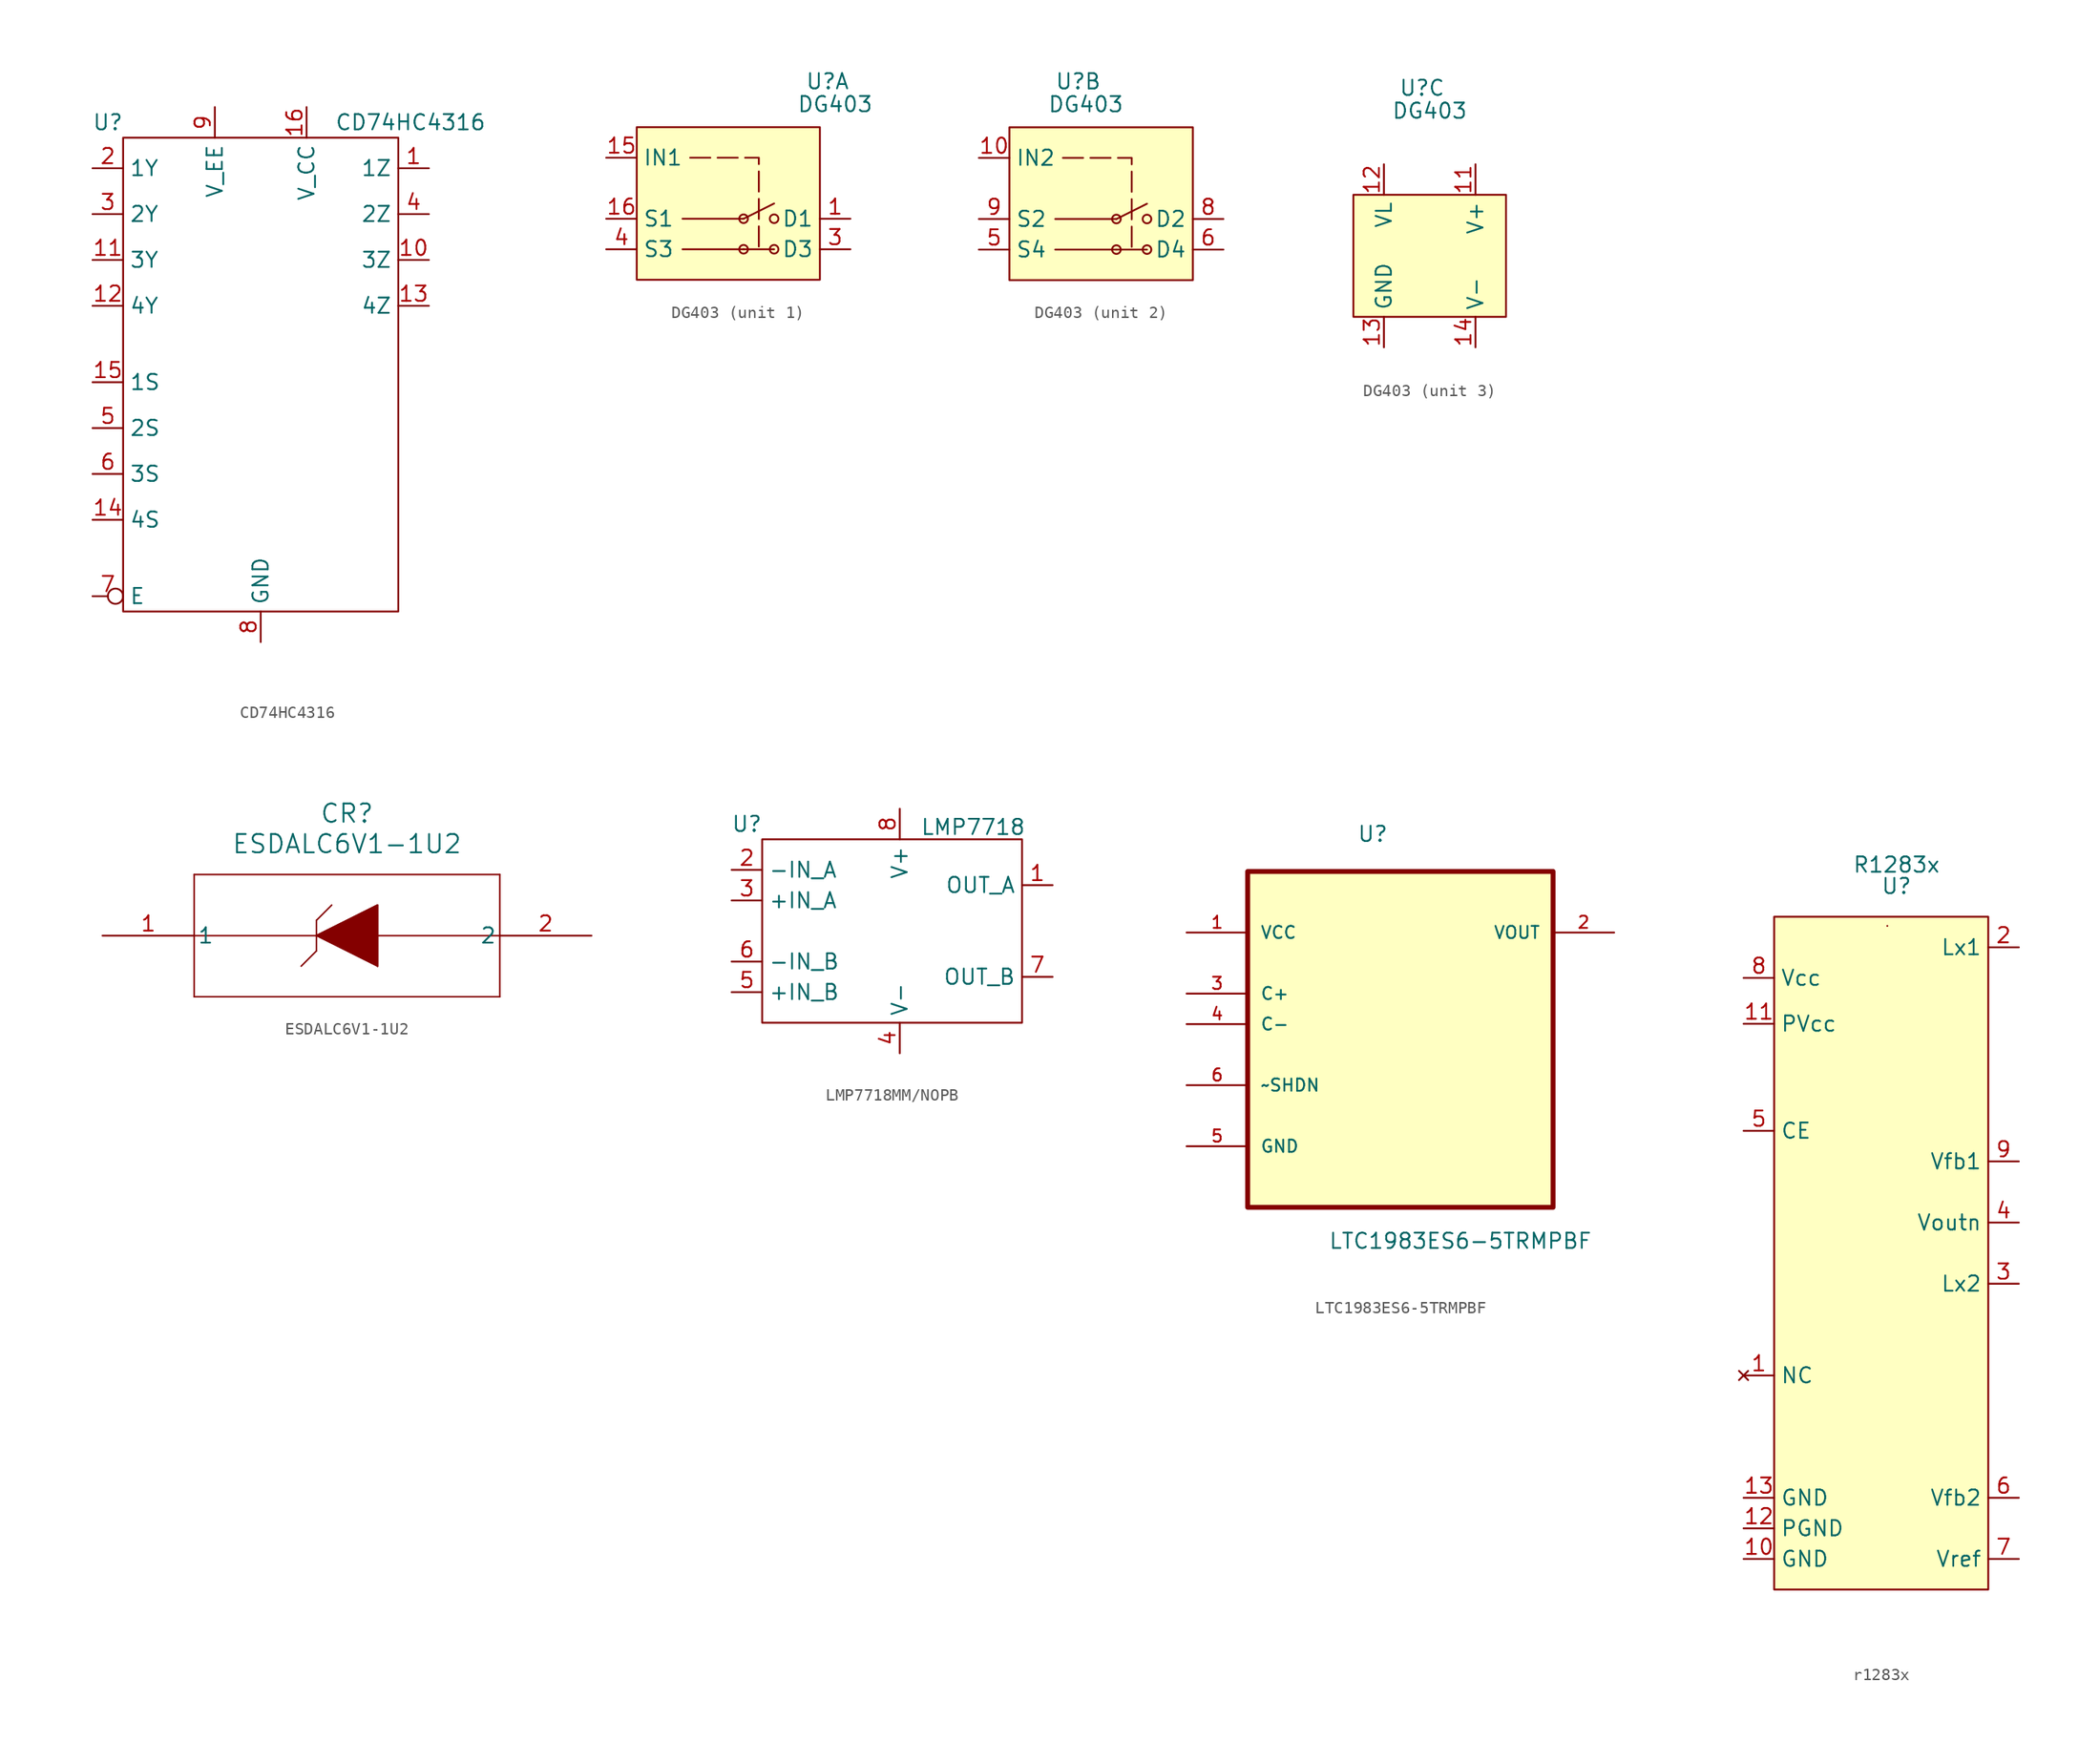
<source format=kicad_sym>
(kicad_symbol_lib
  (version 20241209)
  (generator "kicad_symbol_editor")
  (generator_version "9.0")
  (symbol "CD74HC4316"
    (property "Reference" "U"
      (at 0 0 0)
      (effects (font (size 1.27 1.27))))
    (property "Value" "CD74HC4316"
      (at 25.146 0 0)
      (effects (font (size 1.27 1.27))))
    (symbol "CD74HC4316_0_1"
      (rectangle (start 1.27 -1.27) (end 24.13 -40.64) (stroke (width 0) (type default)) (fill (type none))))
    (symbol "CD74HC4316_1_1"
      (pin passive line (at -1.27 -3.81 0) (length 2.54) (name "1Y" (effects (font (size 1.27 1.27)))) (number "2" (effects (font (size 1.27 1.27)))))
      (pin passive line (at -1.27 -7.62 0) (length 2.54) (name "2Y" (effects (font (size 1.27 1.27)))) (number "3" (effects (font (size 1.27 1.27)))))
      (pin passive line (at -1.27 -11.43 0) (length 2.54) (name "3Y" (effects (font (size 1.27 1.27)))) (number "11" (effects (font (size 1.27 1.27)))))
      (pin passive line (at -1.27 -15.24 0) (length 2.54) (name "4Y" (effects (font (size 1.27 1.27)))) (number "12" (effects (font (size 1.27 1.27)))))
      (pin input line (at -1.27 -21.59 0) (length 2.54) (name "1S" (effects (font (size 1.27 1.27)))) (number "15" (effects (font (size 1.27 1.27)))))
      (pin input line (at -1.27 -25.4 0) (length 2.54) (name "2S" (effects (font (size 1.27 1.27)))) (number "5" (effects (font (size 1.27 1.27)))))
      (pin input line (at -1.27 -29.21 0) (length 2.54) (name "3S" (effects (font (size 1.27 1.27)))) (number "6" (effects (font (size 1.27 1.27)))))
      (pin input line (at -1.27 -33.02 0) (length 2.54) (name "4S" (effects (font (size 1.27 1.27)))) (number "14" (effects (font (size 1.27 1.27)))))
      (pin input inverted (at -1.27 -39.37 0) (length 2.54) (name "E" (effects (font (size 1.27 1.27)))) (number "7" (effects (font (size 1.27 1.27)))))
      (pin power_in line (at 8.89 1.27 270) (length 2.54) (name "V_EE" (effects (font (size 1.27 1.27)))) (number "9" (effects (font (size 1.27 1.27)))))
      (pin power_in line (at 12.7 -43.18 90) (length 2.54) (name "GND" (effects (font (size 1.27 1.27)))) (number "8" (effects (font (size 1.27 1.27)))))
      (pin power_in line (at 16.51 1.27 270) (length 2.54) (name "V_CC" (effects (font (size 1.27 1.27)))) (number "16" (effects (font (size 1.27 1.27)))))
      (pin passive line (at 26.67 -3.81 180) (length 2.54) (name "1Z" (effects (font (size 1.27 1.27)))) (number "1" (effects (font (size 1.27 1.27)))))
      (pin passive line (at 26.67 -7.62 180) (length 2.54) (name "2Z" (effects (font (size 1.27 1.27)))) (number "4" (effects (font (size 1.27 1.27)))))
      (pin passive line (at 26.67 -11.43 180) (length 2.54) (name "3Z" (effects (font (size 1.27 1.27)))) (number "10" (effects (font (size 1.27 1.27)))))
      (pin passive line (at 26.67 -15.24 180) (length 2.54) (name "4Z" (effects (font (size 1.27 1.27)))) (number "13" (effects (font (size 1.27 1.27)))))))
  (symbol "DG403"
    (property "Reference" "U"
      (at -1.905 1.27 0)
      (effects (font (size 1.27 1.27))))
    (property "Value" "DG403"
      (at -1.27 -0.635 0)
      (effects (font (size 1.27 1.27))))
    (property "ki_locked" ""
      (at 0 0 0)
      (effects (font (size 1.27 1.27))))
    (symbol "DG403_1_1"
      (rectangle (start -17.78 -2.54) (end -2.54 -15.24) (stroke (width 0) (type default)) (fill (type background)))
      (polyline (pts (xy -13.97 -10.16) (xy -8.89 -10.16)) (stroke (width 0) (type default)) (fill (type none)))
      (polyline (pts (xy -13.97 -12.7) (xy -8.89 -12.7)) (stroke (width 0) (type default)) (fill (type none)))
      (polyline (pts (xy -13.335 -5.08) (xy -7.62 -5.08) (xy -7.62 -12.7)) (stroke (width 0) (type dash)) (fill (type none)))
      (circle (center -8.89 -10.16) (radius 0.359) (stroke (width 0) (type default)) (fill (type none)))
      (polyline (pts (xy -8.89 -10.16) (xy -6.35 -8.89)) (stroke (width 0) (type default)) (fill (type none)))
      (circle (center -8.89 -12.7) (radius 0.359) (stroke (width 0) (type default)) (fill (type none)))
      (polyline (pts (xy -8.89 -12.7) (xy -6.35 -12.7)) (stroke (width 0) (type default)) (fill (type none)))
      (circle (center -6.35 -10.16) (radius 0.359) (stroke (width 0) (type default)) (fill (type none)))
      (circle (center -6.35 -12.7) (radius 0.359) (stroke (width 0) (type default)) (fill (type none)))
      (pin input line (at -20.32 -5.08 0) (length 2.54) (name "IN1" (effects (font (size 1.27 1.27)))) (number "15" (effects (font (size 1.27 1.27)))))
      (pin input line (at -20.32 -10.16 0) (length 2.54) (name "S1" (effects (font (size 1.27 1.27)))) (number "16" (effects (font (size 1.27 1.27)))))
      (pin input line (at -20.32 -12.7 0) (length 2.54) (name "S3" (effects (font (size 1.27 1.27)))) (number "4" (effects (font (size 1.27 1.27)))))
      (pin input line (at 0 -10.16 180) (length 2.54) (name "D1" (effects (font (size 1.27 1.27)))) (number "1" (effects (font (size 1.27 1.27)))))
      (pin input line (at 0 -12.7 180) (length 2.54) (name "D3" (effects (font (size 1.27 1.27)))) (number "3" (effects (font (size 1.27 1.27))))))
    (symbol "DG403_2_1"
      (rectangle (start -7.62 -2.54) (end 7.62 -15.24) (stroke (width 0) (type default)) (fill (type background)))
      (polyline (pts (xy -3.81 -10.16) (xy 1.27 -10.16)) (stroke (width 0) (type default)) (fill (type none)))
      (polyline (pts (xy -3.81 -12.7) (xy 1.27 -12.7)) (stroke (width 0) (type default)) (fill (type none)))
      (polyline (pts (xy -3.175 -5.08) (xy 2.54 -5.08) (xy 2.54 -12.7)) (stroke (width 0) (type dash)) (fill (type none)))
      (polyline (pts (xy 1.27 -10.16) (xy 3.81 -8.89)) (stroke (width 0) (type default)) (fill (type none)))
      (circle (center 1.27 -10.16) (radius 0.359) (stroke (width 0) (type default)) (fill (type none)))
      (polyline (pts (xy 1.27 -12.7) (xy 3.81 -12.7)) (stroke (width 0) (type default)) (fill (type none)))
      (circle (center 1.27 -12.7) (radius 0.359) (stroke (width 0) (type default)) (fill (type none)))
      (circle (center 3.81 -10.16) (radius 0.359) (stroke (width 0) (type default)) (fill (type none)))
      (circle (center 3.81 -12.7) (radius 0.359) (stroke (width 0) (type default)) (fill (type none)))
      (pin input line (at -10.16 -5.08 0) (length 2.54) (name "IN2" (effects (font (size 1.27 1.27)))) (number "10" (effects (font (size 1.27 1.27)))))
      (pin input line (at -10.16 -10.16 0) (length 2.54) (name "S2" (effects (font (size 1.27 1.27)))) (number "9" (effects (font (size 1.27 1.27)))))
      (pin input line (at -10.16 -12.7 0) (length 2.54) (name "S4" (effects (font (size 1.27 1.27)))) (number "5" (effects (font (size 1.27 1.27)))))
      (pin input line (at 10.16 -10.16 180) (length 2.54) (name "D2" (effects (font (size 1.27 1.27)))) (number "8" (effects (font (size 1.27 1.27)))))
      (pin input line (at 10.16 -12.7 180) (length 2.54) (name "D4" (effects (font (size 1.27 1.27)))) (number "6" (effects (font (size 1.27 1.27))))))
    (symbol "DG403_3_0"
      (pin no_connect line (at -10.16 -12.7 0) (length 2.54) (hide yes) (name "NC" (effects (font (size 1.27 1.27)))) (number "7" (effects (font (size 1.27 1.27)))))
      (pin no_connect line (at 7.62 -12.7 180) (length 2.54) (hide yes) (name "NC" (effects (font (size 1.27 1.27)))) (number "2" (effects (font (size 1.27 1.27))))))
    (symbol "DG403_3_1"
      (rectangle (start -7.62 -7.62) (end 5.08 -17.78) (stroke (width 0) (type default)) (fill (type background)))
      (pin power_in line (at -5.08 -5.08 270) (length 2.54) (name "VL" (effects (font (size 1.27 1.27)))) (number "12" (effects (font (size 1.27 1.27)))))
      (pin power_in line (at -5.08 -20.32 90) (length 2.54) (name "GND" (effects (font (size 1.27 1.27)))) (number "13" (effects (font (size 1.27 1.27)))))
      (pin power_in line (at 2.54 -5.08 270) (length 2.54) (name "V+" (effects (font (size 1.27 1.27)))) (number "11" (effects (font (size 1.27 1.27)))))
      (pin power_in line (at 2.54 -20.32 90) (length 2.54) (name "V-" (effects (font (size 1.27 1.27)))) (number "14" (effects (font (size 1.27 1.27)))))))
  (symbol "ESDALC6V1-1U2"
    (pin_names
      (offset 0.254))
    (property "Reference" "CR"
      (at 20.32 10.16 0)
      (effects (font (size 1.524 1.524))))
    (property "Value" "ESDALC6V1-1U2"
      (at 20.32 7.62 0)
      (effects (font (size 1.524 1.524))))
    (property "ki_locked" ""
      (at 0 0 0)
      (effects (font (size 1.27 1.27))))
    (symbol "ESDALC6V1-1U2_0_1"
      (polyline (pts (xy 7.62 5.08) (xy 7.62 -5.08)) (stroke (width 0.127) (type default)) (fill (type none)))
      (polyline (pts (xy 7.62 0) (xy 33.02 0)) (stroke (width 0.127) (type default)) (fill (type none)))
      (polyline (pts (xy 7.62 -5.08) (xy 33.02 -5.08)) (stroke (width 0.127) (type default)) (fill (type none)))
      (polyline (pts (xy 17.78 1.27) (xy 17.78 -1.27)) (stroke (width 0.127) (type default)) (fill (type none)))
      (polyline (pts (xy 17.78 1.27) (xy 19.05 2.54)) (stroke (width 0.127) (type default)) (fill (type none)))
      (polyline (pts (xy 17.78 0) (xy 22.86 2.54)) (stroke (width 0.127) (type default)) (fill (type none)))
      (polyline (pts (xy 17.78 0) (xy 22.86 2.54) (xy 22.86 -2.54)) (stroke (width 0) (type default)) (fill (type outline)))
      (polyline (pts (xy 17.78 -1.27) (xy 16.51 -2.54)) (stroke (width 0.127) (type default)) (fill (type none)))
      (polyline (pts (xy 22.86 2.54) (xy 22.86 -2.54)) (stroke (width 0.127) (type default)) (fill (type none)))
      (polyline (pts (xy 22.86 -2.54) (xy 17.78 0)) (stroke (width 0.127) (type default)) (fill (type none)))
      (polyline (pts (xy 33.02 5.08) (xy 7.62 5.08)) (stroke (width 0.127) (type default)) (fill (type none)))
      (polyline (pts (xy 33.02 -5.08) (xy 33.02 5.08)) (stroke (width 0.127) (type default)) (fill (type none))))
    (symbol "ESDALC6V1-1U2_1_1"
      (pin passive line (at 0 0 0) (length 7.62) (name "1" (effects (font (size 1.27 1.27)))) (number "1" (effects (font (size 1.27 1.27)))))
      (pin passive line (at 40.64 0 180) (length 7.62) (name "2" (effects (font (size 1.27 1.27)))) (number "2" (effects (font (size 1.27 1.27)))))))
  (symbol "LMP7718MM/NOPB"
    (property "Reference" "U"
      (at 0 0 0)
      (effects (font (size 1.27 1.27))))
    (property "Value" "LMP7718"
      (at 18.796 -0.254 0)
      (effects (font (size 1.27 1.27))))
    (symbol "LMP7718MM/NOPB_0_1"
      (rectangle (start 1.27 -1.27) (end 22.86 -16.51) (stroke (width 0) (type default)) (fill (type none))))
    (symbol "LMP7718MM/NOPB_1_1"
      (pin power_in line (at -1.27 -3.81 0) (length 2.54) (name "-IN_A" (effects (font (size 1.27 1.27)))) (number "2" (effects (font (size 1.27 1.27)))))
      (pin power_in line (at -1.27 -6.35 0) (length 2.54) (name "+IN_A" (effects (font (size 1.27 1.27)))) (number "3" (effects (font (size 1.27 1.27)))))
      (pin power_in line (at -1.27 -11.43 0) (length 2.54) (name "-IN_B" (effects (font (size 1.27 1.27)))) (number "6" (effects (font (size 1.27 1.27)))))
      (pin power_in line (at -1.27 -13.97 0) (length 2.54) (name "+IN_B" (effects (font (size 1.27 1.27)))) (number "5" (effects (font (size 1.27 1.27)))))
      (pin power_in line (at 12.7 1.27 270) (length 2.54) (name "V+" (effects (font (size 1.27 1.27)))) (number "8" (effects (font (size 1.27 1.27)))))
      (pin power_in line (at 12.7 -19.05 90) (length 2.54) (name "V-" (effects (font (size 1.27 1.27)))) (number "4" (effects (font (size 1.27 1.27)))))
      (pin power_out line (at 25.4 -5.08 180) (length 2.54) (name "OUT_A" (effects (font (size 1.27 1.27)))) (number "1" (effects (font (size 1.27 1.27)))))
      (pin power_out line (at 25.4 -12.7 180) (length 2.54) (name "OUT_B" (effects (font (size 1.27 1.27)))) (number "7" (effects (font (size 1.27 1.27)))))))
  (symbol "LTC1983ES6-5TRMPBF"
    (pin_names
      (offset 1.016))
    (property "Reference" "U"
      (at -3.61 12.532 0)
      (effects (font (size 1.27 1.27)) (justify left bottom)))
    (property "Value" "LTC1983ES6-5TRMPBF"
      (at -5.997 -21.321 0)
      (effects (font (size 1.27 1.27)) (justify left bottom)))
    (symbol "LTC1983ES6-5TRMPBF_0_0"
      (rectangle (start -12.7 -17.78) (end 12.7 10.16) (stroke (width 0.406) (type default)) (fill (type background)))
      (pin power_in line (at -17.78 5.08 0) (length 5.08) (name "VCC" (effects (font (size 1.016 1.016)))) (number "1" (effects (font (size 1.016 1.016)))))
      (pin input line (at -17.78 0 0) (length 5.08) (name "C+" (effects (font (size 1.016 1.016)))) (number "3" (effects (font (size 1.016 1.016)))))
      (pin input line (at -17.78 -2.54 0) (length 5.08) (name "C-" (effects (font (size 1.016 1.016)))) (number "4" (effects (font (size 1.016 1.016)))))
      (pin input line (at -17.78 -7.62 0) (length 5.08) (name "~SHDN" (effects (font (size 1.016 1.016)))) (number "6" (effects (font (size 1.016 1.016)))))
      (pin passive line (at -17.78 -12.7 0) (length 5.08) (name "GND" (effects (font (size 1.016 1.016)))) (number "5" (effects (font (size 1.016 1.016)))))
      (pin output line (at 17.78 5.08 180) (length 5.08) (name "VOUT" (effects (font (size 1.016 1.016)))) (number "2" (effects (font (size 1.016 1.016)))))))
  (symbol "r1283x"
    (property "Reference" "U"
      (at -5.08 -2.54 0)
      (effects (font (size 1.27 1.27))))
    (property "Value" "R1283x"
      (at -5.08 -0.762 0)
      (effects (font (size 1.27 1.27))))
    (symbol "r1283x_0_1"
      (rectangle (start -15.24 -5.08) (end 2.54 -60.96) (stroke (width 0) (type default)) (fill (type background)))
      (rectangle (start -5.842 -5.842) (end -5.842 -5.842) (stroke (width 0) (type default)) (fill (type none))))
    (symbol "r1283x_1_1"
      (pin power_in line (at -17.78 -10.16 0) (length 2.54) (name "Vcc" (effects (font (size 1.27 1.27)))) (number "8" (effects (font (size 1.27 1.27)))))
      (pin power_in line (at -17.78 -13.97 0) (length 2.54) (name "PVcc" (effects (font (size 1.27 1.27)))) (number "11" (effects (font (size 1.27 1.27)))))
      (pin input line (at -17.78 -22.86 0) (length 2.54) (name "CE" (effects (font (size 1.27 1.27)))) (number "5" (effects (font (size 1.27 1.27)))))
      (pin no_connect line (at -17.78 -43.18 0) (length 2.54) (name "NC" (effects (font (size 1.27 1.27)))) (number "1" (effects (font (size 1.27 1.27)))))
      (pin power_in line (at -17.78 -53.34 0) (length 2.54) (name "GND" (effects (font (size 1.27 1.27)))) (number "13" (effects (font (size 1.27 1.27)))))
      (pin power_out line (at -17.78 -55.88 0) (length 2.54) (name "PGND" (effects (font (size 1.27 1.27)))) (number "12" (effects (font (size 1.27 1.27)))))
      (pin power_in line (at -17.78 -58.42 0) (length 2.54) (name "GND" (effects (font (size 1.27 1.27)))) (number "10" (effects (font (size 1.27 1.27)))))
      (pin input line (at 5.08 -7.62 180) (length 2.54) (name "Lx1" (effects (font (size 1.27 1.27)))) (number "2" (effects (font (size 1.27 1.27)))))
      (pin input line (at 5.08 -25.4 180) (length 2.54) (name "Vfb1" (effects (font (size 1.27 1.27)))) (number "9" (effects (font (size 1.27 1.27)))))
      (pin power_out line (at 5.08 -30.48 180) (length 2.54) (name "Voutn" (effects (font (size 1.27 1.27)))) (number "4" (effects (font (size 1.27 1.27)))))
      (pin input line (at 5.08 -35.56 180) (length 2.54) (name "Lx2" (effects (font (size 1.27 1.27)))) (number "3" (effects (font (size 1.27 1.27)))))
      (pin input line (at 5.08 -53.34 180) (length 2.54) (name "Vfb2" (effects (font (size 1.27 1.27)))) (number "6" (effects (font (size 1.27 1.27)))))
      (pin input line (at 5.08 -58.42 180) (length 2.54) (name "Vref" (effects (font (size 1.27 1.27)))) (number "7" (effects (font (size 1.27 1.27))))))))
</source>
